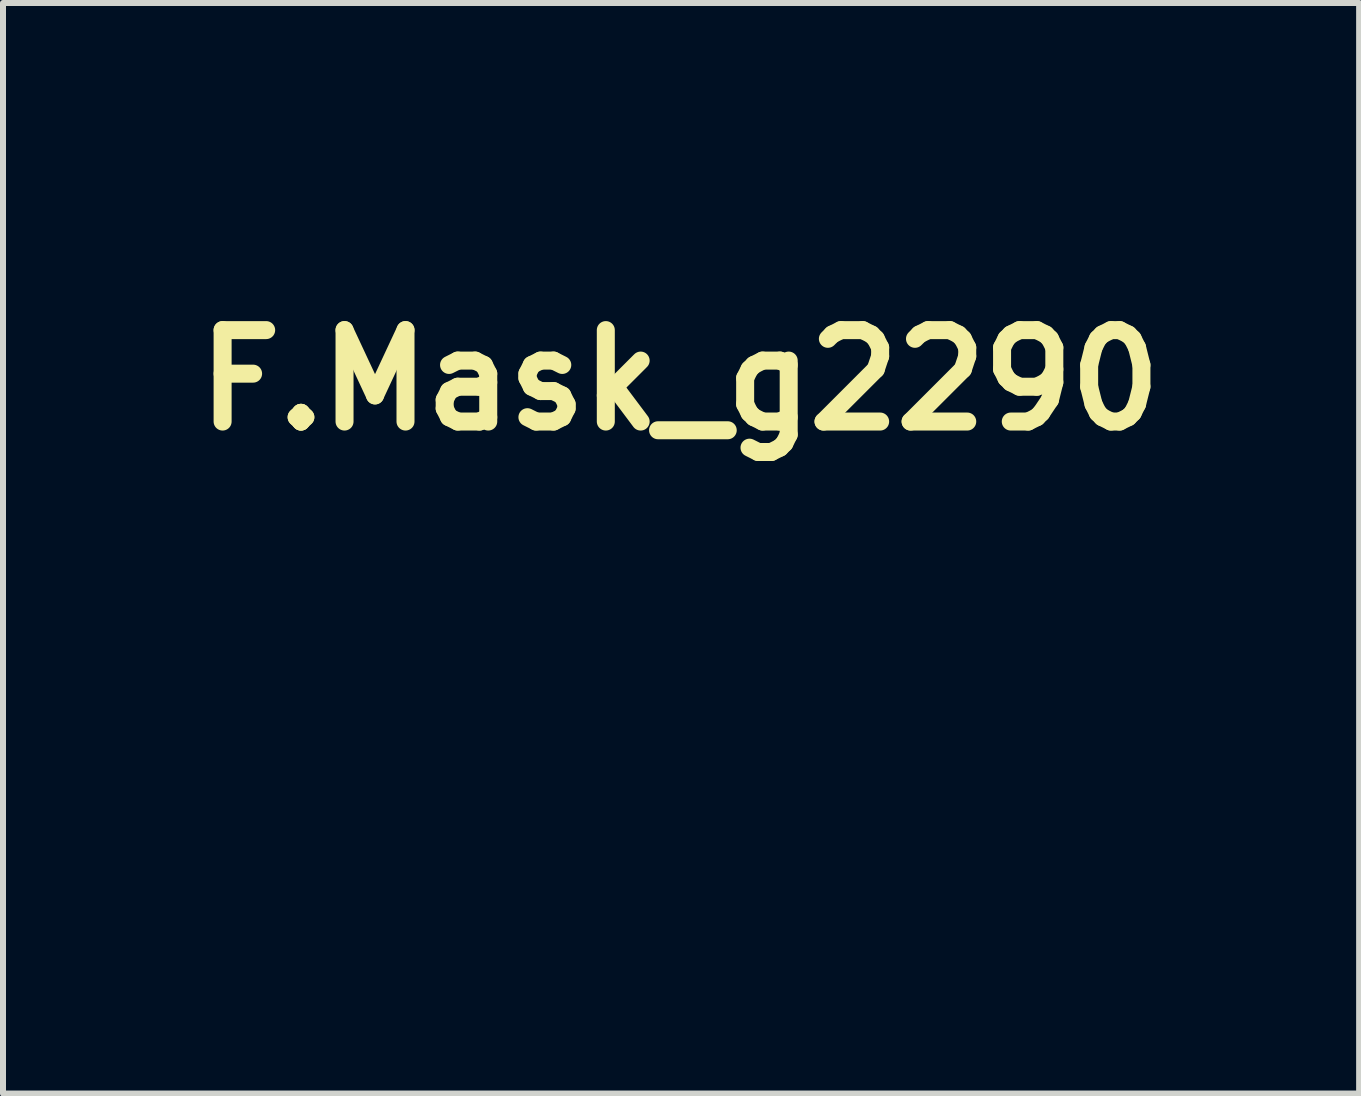
<source format=kicad_pcb>
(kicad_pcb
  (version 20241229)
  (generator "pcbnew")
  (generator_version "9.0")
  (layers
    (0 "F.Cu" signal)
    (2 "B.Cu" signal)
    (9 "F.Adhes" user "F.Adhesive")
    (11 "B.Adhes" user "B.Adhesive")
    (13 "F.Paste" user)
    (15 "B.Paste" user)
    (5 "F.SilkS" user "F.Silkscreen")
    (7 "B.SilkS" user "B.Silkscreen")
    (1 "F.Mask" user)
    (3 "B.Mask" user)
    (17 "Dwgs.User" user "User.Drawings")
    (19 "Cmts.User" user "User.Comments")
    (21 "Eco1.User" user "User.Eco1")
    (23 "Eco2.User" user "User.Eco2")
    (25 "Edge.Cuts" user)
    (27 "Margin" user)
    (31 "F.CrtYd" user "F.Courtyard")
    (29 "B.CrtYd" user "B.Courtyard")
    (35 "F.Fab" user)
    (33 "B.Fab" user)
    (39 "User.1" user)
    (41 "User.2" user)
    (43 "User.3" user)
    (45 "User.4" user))
  (footprint "F.Mask_g2290"
    (layer "F.Cu")
    (at 8.28 3.286)
    (property "Reference" "F.Mask_g2290" (at 0 0 0) (layer "F.SilkS") (effects (font (size 1.524 1.524) (thickness 0.3))))
    (attr through_hole)
    (fp_poly (pts (xy 8.095 3.358) (xy 8.137 3.358) (xy 8.176 3.359) (xy 8.211 3.359) (xy 8.24 3.36) (xy 8.262 3.361) (xy 8.269 3.361) (xy 8.316 3.364) (xy 8.316 3.386) (xy 8.314 3.399) (xy 8.309 3.417) (xy 8.301 3.441) (xy 8.288 3.474) (xy 8.279 3.495) (xy 8.243 3.581) (xy 8.07 3.581) (xy 8.028 3.58) (xy 7.99 3.58) (xy 7.956 3.58) (xy 7.927 3.579) (xy 7.905 3.579) (xy 7.89 3.578) (xy 7.886 3.578) (xy 7.873 3.573) (xy 7.866 3.564) (xy 7.865 3.549) (xy 7.868 3.531) (xy 7.871 3.516) (xy 7.874 3.492) (xy 7.876 3.465) (xy 7.877 3.436) (xy 7.878 3.43) (xy 7.88 3.358) (xy 8.052 3.358) (xy 8.095 3.358)) (stroke (width 0.01) (type solid)) (fill yes) (layer "F.Mask"))
    (fp_poly (pts (xy 7.444 3.417) (xy 7.452 3.503) (xy 7.465 3.57) (xy 7.468 3.581) (xy -0.245 3.581) (xy -7.958 3.581) (xy -7.995 3.491) (xy -8.007 3.462) (xy -8.017 3.435) (xy -8.026 3.412) (xy -8.031 3.395) (xy -8.033 3.386) (xy -8.033 3.386) (xy -8.034 3.371) (xy -7.612 3.368) (xy -7.591 3.367) (xy -7.561 3.367) (xy -7.52 3.367) (xy -7.47 3.367) (xy -7.41 3.367) (xy -7.341 3.367) (xy -7.263 3.367) (xy -7.177 3.366) (xy -7.081 3.366) (xy -6.978 3.366) (xy -6.866 3.366) (xy -6.746 3.366) (xy -6.618 3.366) (xy -6.483 3.365) (xy -6.34 3.365) (xy -6.19 3.365) (xy -6.033 3.365) (xy -5.868 3.365) (xy -5.698 3.365) (xy -5.52 3.364) (xy -5.337 3.364) (xy -5.147 3.364) (xy -4.952 3.364) (xy -4.75 3.364) (xy -4.544 3.364) (xy -4.332 3.363) (xy -4.114 3.363) (xy -3.892 3.363) (xy -3.665 3.363) (xy -3.434 3.363) (xy -3.198 3.362) (xy -2.958 3.362) (xy -2.714 3.362) (xy -2.466 3.362) (xy -2.215 3.362) (xy -1.96 3.362) (xy -1.702 3.361) (xy -1.441 3.361) (xy -1.177 3.361) (xy -0.91 3.361) (xy -0.642 3.361) (xy -0.371 3.361) (xy -0.097 3.36) (xy 0.125 3.36) (xy 7.441 3.356) (xy 7.444 3.417)) (stroke (width 0.01) (type solid)) (fill yes) (layer "F.Mask"))
    (fp_poly (pts (xy 7.48 4.294) (xy 7.485 4.319) (xy 7.488 4.354) (xy 7.492 4.395) (xy 7.494 4.442) (xy 7.496 4.492) (xy 7.498 4.546) (xy 7.498 4.6) (xy 7.498 4.653) (xy 7.496 4.705) (xy 7.495 4.744) (xy 7.491 4.806) (xy -7.3 4.806) (xy -7.318 4.776) (xy -7.352 4.724) (xy -7.385 4.671) (xy -7.418 4.619) (xy -7.449 4.568) (xy -7.478 4.52) (xy -7.505 4.474) (xy -7.529 4.433) (xy -7.55 4.396) (xy -7.568 4.364) (xy -7.581 4.338) (xy -7.59 4.32) (xy -7.594 4.308) (xy -7.595 4.307) (xy -7.593 4.304) (xy -7.587 4.301) (xy -7.576 4.299) (xy -7.557 4.298) (xy -7.531 4.296) (xy -7.525 4.296) (xy -7.514 4.296) (xy -7.494 4.295) (xy -7.464 4.295) (xy -7.424 4.295) (xy -7.376 4.295) (xy -7.318 4.294) (xy -7.251 4.294) (xy -7.175 4.294) (xy -7.092 4.293) (xy -7 4.293) (xy -6.9 4.293) (xy -6.792 4.293) (xy -6.677 4.292) (xy -6.554 4.292) (xy -6.424 4.292) (xy -6.288 4.291) (xy -6.144 4.291) (xy -5.995 4.291) (xy -5.839 4.291) (xy -5.677 4.29) (xy -5.509 4.29) (xy -5.335 4.29) (xy -5.157 4.289) (xy -4.973 4.289) (xy -4.784 4.289) (xy -4.59 4.289) (xy -4.392 4.288) (xy -4.19 4.288) (xy -3.984 4.288) (xy -3.774 4.288) (xy -3.56 4.287) (xy -3.343 4.287) (xy -3.122 4.287) (xy -2.899 4.287) (xy -2.673 4.286) (xy -2.444 4.286) (xy -2.214 4.286) (xy -1.981 4.286) (xy -1.746 4.285) (xy -1.509 4.285) (xy -1.271 4.285) (xy -1.032 4.285) (xy -0.792 4.285) (xy -0.551 4.284) (xy -0.309 4.284) (xy -0.067 4.284) (xy 0.175 4.284) (xy 0.416 4.284) (xy 0.658 4.284) (xy 0.899 4.284) (xy 1.139 4.283) (xy 1.379 4.283) (xy 1.617 4.283) (xy 1.854 4.283) (xy 2.089 4.283) (xy 2.322 4.283) (xy 2.554 4.283) (xy 2.783 4.283) (xy 3.009 4.283) (xy 3.233 4.283) (xy 3.45 4.283) (xy 7.478 4.282) (xy 7.48 4.294)) (stroke (width 0.01) (type solid)) (fill yes) (layer "F.Mask"))
    (fp_poly (pts (xy 0.594 6.507) (xy 0.9 6.507) (xy 1.195 6.507) (xy 1.48 6.507) (xy 1.756 6.507) (xy 2.022 6.507) (xy 2.278 6.507) (xy 2.525 6.507) (xy 2.762 6.507) (xy 2.99 6.507) (xy 3.209 6.507) (xy 3.42 6.508) (xy 3.621 6.508) (xy 3.813 6.508) (xy 3.997 6.508) (xy 4.172 6.508) (xy 4.339 6.508) (xy 4.497 6.509) (xy 4.647 6.509) (xy 4.789 6.509) (xy 4.923 6.509) (xy 5.05 6.509) (xy 5.168 6.51) (xy 5.279 6.51) (xy 5.382 6.51) (xy 5.478 6.511) (xy 5.567 6.511) (xy 5.648 6.511) (xy 5.723 6.512) (xy 5.79 6.512) (xy 5.851 6.512) (xy 5.904 6.513) (xy 5.952 6.513) (xy 5.993 6.514) (xy 6.027 6.514) (xy 6.055 6.514) (xy 6.077 6.515) (xy 6.093 6.515) (xy 6.1 6.516) (xy 6.153 6.519) (xy 6.126 6.547) (xy 6.098 6.573) (xy 6.064 6.606) (xy 6.022 6.643) (xy 5.974 6.685) (xy 5.921 6.73) (xy 5.863 6.778) (xy 5.802 6.829) (xy 5.737 6.882) (xy 5.669 6.937) (xy 5.6 6.992) (xy 5.53 7.047) (xy 5.459 7.102) (xy 5.388 7.156) (xy 5.366 7.173) (xy 5.199 7.3) (xy 0.142 7.3) (xy -4.916 7.3) (xy -4.974 7.256) (xy -5.096 7.162) (xy -5.214 7.071) (xy -5.325 6.982) (xy -5.431 6.898) (xy -5.53 6.817) (xy -5.622 6.74) (xy -5.706 6.669) (xy -5.761 6.621) (xy -5.793 6.592) (xy -5.819 6.568) (xy -5.837 6.55) (xy -5.85 6.537) (xy -5.857 6.528) (xy -5.86 6.522) (xy -5.858 6.518) (xy -5.858 6.518) (xy -5.852 6.518) (xy -5.836 6.517) (xy -5.81 6.516) (xy -5.774 6.516) (xy -5.727 6.515) (xy -5.672 6.515) (xy -5.606 6.514) (xy -5.53 6.514) (xy -5.445 6.513) (xy -5.35 6.513) (xy -5.246 6.512) (xy -5.132 6.512) (xy -5.009 6.512) (xy -4.876 6.511) (xy -4.734 6.511) (xy -4.583 6.51) (xy -4.423 6.51) (xy -4.253 6.51) (xy -4.074 6.509) (xy -3.887 6.509) (xy -3.69 6.509) (xy -3.485 6.509) (xy -3.27 6.508) (xy -3.047 6.508) (xy -2.816 6.508) (xy -2.575 6.508) (xy -2.326 6.508) (xy -2.068 6.507) (xy -1.802 6.507) (xy -1.528 6.507) (xy -1.245 6.507) (xy -0.954 6.507) (xy -0.655 6.507) (xy -0.347 6.507) (xy -0.032 6.507) (xy 0.292 6.507) (xy 0.594 6.507)) (stroke (width 0.01) (type solid)) (fill yes) (layer "F.Mask"))
    (fp_poly (pts (xy 0.56 8.669) (xy 0.676 8.669) (xy 0.79 8.669) (xy 0.902 8.669) (xy 1.012 8.669) (xy 1.118 8.669) (xy 1.22 8.669) (xy 1.318 8.669) (xy 1.412 8.669) (xy 1.501 8.67) (xy 1.584 8.67) (xy 1.661 8.67) (xy 1.733 8.67) (xy 1.797 8.671) (xy 1.855 8.671) (xy 1.904 8.671) (xy 1.946 8.672) (xy 1.98 8.672) (xy 2.004 8.672) (xy 2.02 8.673) (xy 2.025 8.673) (xy 2.025 8.673) (xy 2.025 8.678) (xy 2.015 8.684) (xy 1.996 8.691) (xy 1.969 8.698) (xy 1.934 8.706) (xy 1.892 8.715) (xy 1.844 8.724) (xy 1.789 8.733) (xy 1.729 8.743) (xy 1.664 8.753) (xy 1.595 8.763) (xy 1.522 8.772) (xy 1.446 8.782) (xy 1.368 8.792) (xy 1.288 8.802) (xy 1.206 8.811) (xy 1.124 8.82) (xy 1.041 8.829) (xy 0.959 8.837) (xy 0.878 8.845) (xy 0.798 8.852) (xy 0.721 8.858) (xy 0.647 8.863) (xy 0.576 8.868) (xy 0.541 8.87) (xy 0.455 8.874) (xy 0.378 8.877) (xy 0.308 8.88) (xy 0.243 8.882) (xy 0.183 8.884) (xy 0.126 8.884) (xy 0.07 8.884) (xy 0.014 8.883) (xy -0.044 8.881) (xy -0.105 8.879) (xy -0.17 8.876) (xy -0.193 8.874) (xy -0.309 8.868) (xy -0.416 8.862) (xy -0.514 8.855) (xy -0.605 8.848) (xy -0.69 8.841) (xy -0.77 8.834) (xy -0.846 8.826) (xy -0.918 8.817) (xy -0.97 8.811) (xy -1.017 8.804) (xy -1.07 8.797) (xy -1.127 8.788) (xy -1.188 8.779) (xy -1.252 8.769) (xy -1.316 8.758) (xy -1.379 8.748) (xy -1.442 8.738) (xy -1.501 8.727) (xy -1.557 8.718) (xy -1.607 8.709) (xy -1.65 8.7) (xy -1.686 8.693) (xy -1.709 8.689) (xy -1.727 8.684) (xy -1.737 8.68) (xy -1.739 8.676) (xy -1.738 8.675) (xy -1.732 8.674) (xy -1.717 8.674) (xy -1.693 8.674) (xy -1.659 8.673) (xy -1.617 8.673) (xy -1.568 8.672) (xy -1.51 8.672) (xy -1.446 8.672) (xy -1.375 8.671) (xy -1.297 8.671) (xy -1.214 8.671) (xy -1.125 8.671) (xy -1.032 8.67) (xy -0.933 8.67) (xy -0.831 8.67) (xy -0.725 8.67) (xy -0.616 8.67) (xy -0.504 8.669) (xy -0.39 8.669) (xy -0.273 8.669) (xy -0.155 8.669) (xy -0.036 8.669) (xy 0.083 8.669) (xy 0.203 8.669) (xy 0.323 8.669) (xy 0.442 8.669) (xy 0.56 8.669)) (stroke (width 0.01) (type solid)) (fill yes) (layer "F.Mask"))
    (fp_poly (pts (xy -1.167 -3.281) (xy -1.118 -3.28) (xy -1.074 -3.278) (xy -1.036 -3.275) (xy -1.026 -3.274) (xy -0.883 -3.255) (xy -0.744 -3.227) (xy -0.607 -3.188) (xy -0.474 -3.141) (xy -0.346 -3.084) (xy -0.221 -3.018) (xy -0.1 -2.942) (xy 0.016 -2.858) (xy 0.064 -2.819) (xy 0.102 -2.786) (xy 0.143 -2.748) (xy 0.186 -2.706) (xy 0.229 -2.663) (xy 0.27 -2.619) (xy 0.307 -2.577) (xy 0.339 -2.54) (xy 0.341 -2.537) (xy 0.428 -2.421) (xy 0.505 -2.301) (xy 0.573 -2.176) (xy 0.631 -2.047) (xy 0.681 -1.914) (xy 0.721 -1.777) (xy 0.752 -1.636) (xy 0.768 -1.537) (xy 0.772 -1.495) (xy 0.776 -1.445) (xy 0.779 -1.39) (xy 0.781 -1.333) (xy 0.782 -1.275) (xy 0.781 -1.219) (xy 0.78 -1.169) (xy 0.778 -1.126) (xy 0.761 -0.982) (xy 0.735 -0.841) (xy 0.699 -0.704) (xy 0.654 -0.57) (xy 0.599 -0.439) (xy 0.534 -0.312) (xy 0.478 -0.215) (xy 0.404 -0.107) (xy 0.322 -0.001) (xy 0.233 0.099) (xy 0.137 0.194) (xy 0.037 0.281) (xy -0.009 0.317) (xy -0.126 0.399) (xy -0.247 0.472) (xy -0.373 0.536) (xy -0.503 0.591) (xy -0.638 0.637) (xy -0.777 0.673) (xy -0.92 0.7) (xy -0.963 0.707) (xy -0.991 0.71) (xy -1.019 0.713) (xy -1.05 0.715) (xy -1.086 0.717) (xy -1.127 0.718) (xy -1.177 0.718) (xy -1.191 0.719) (xy -1.231 0.719) (xy -1.268 0.719) (xy -1.302 0.719) (xy -1.33 0.719) (xy -1.351 0.719) (xy -1.365 0.718) (xy -1.367 0.718) (xy -1.502 0.703) (xy -1.63 0.68) (xy -1.754 0.65) (xy -1.875 0.613) (xy -1.994 0.567) (xy -2.101 0.518) (xy -2.224 0.452) (xy -2.343 0.378) (xy -2.455 0.297) (xy -2.561 0.207) (xy -2.66 0.111) (xy -2.752 0.009) (xy -2.837 -0.1) (xy -2.914 -0.215) (xy -2.984 -0.334) (xy -3.045 -0.459) (xy -3.098 -0.588) (xy -3.142 -0.721) (xy -3.176 -0.857) (xy -3.19 -0.926) (xy -3.207 -1.045) (xy -3.217 -1.169) (xy -3.22 -1.295) (xy -3.216 -1.42) (xy -3.204 -1.543) (xy -3.185 -1.661) (xy -3.185 -1.664) (xy -3.152 -1.803) (xy -3.11 -1.938) (xy -3.06 -2.069) (xy -3 -2.196) (xy -2.932 -2.317) (xy -2.857 -2.433) (xy -2.773 -2.544) (xy -2.682 -2.649) (xy -2.584 -2.747) (xy -2.479 -2.838) (xy -2.367 -2.922) (xy -2.249 -2.998) (xy -2.125 -3.067) (xy -2.082 -3.088) (xy -1.952 -3.145) (xy -1.82 -3.192) (xy -1.684 -3.229) (xy -1.544 -3.257) (xy -1.401 -3.276) (xy -1.389 -3.277) (xy -1.356 -3.279) (xy -1.314 -3.28) (xy -1.267 -3.281) (xy -1.217 -3.281) (xy -1.167 -3.281)) (stroke (width 0.01) (type solid)) (fill yes) (layer "F.Mask"))
    (fp_poly (pts (xy -0.365 7.585) (xy -0.124 7.585) (xy 0.123 7.585) (xy 0.373 7.585) (xy 0.612 7.586) (xy 0.862 7.586) (xy 1.101 7.586) (xy 1.331 7.586) (xy 1.551 7.586) (xy 1.762 7.586) (xy 1.964 7.586) (xy 2.156 7.586) (xy 2.34 7.587) (xy 2.515 7.587) (xy 2.682 7.587) (xy 2.841 7.587) (xy 2.991 7.587) (xy 3.134 7.587) (xy 3.269 7.587) (xy 3.397 7.587) (xy 3.517 7.588) (xy 3.63 7.588) (xy 3.737 7.588) (xy 3.836 7.588) (xy 3.93 7.588) (xy 4.017 7.588) (xy 4.098 7.588) (xy 4.173 7.589) (xy 4.242 7.589) (xy 4.306 7.589) (xy 4.364 7.589) (xy 4.417 7.589) (xy 4.466 7.59) (xy 4.51 7.59) (xy 4.549 7.59) (xy 4.583 7.59) (xy 4.614 7.591) (xy 4.641 7.591) (xy 4.664 7.591) (xy 4.683 7.591) (xy 4.699 7.592) (xy 4.711 7.592) (xy 4.721 7.592) (xy 4.728 7.593) (xy 4.732 7.593) (xy 4.734 7.593) (xy 4.734 7.593) (xy 4.73 7.597) (xy 4.718 7.605) (xy 4.699 7.617) (xy 4.675 7.632) (xy 4.645 7.649) (xy 4.612 7.669) (xy 4.577 7.69) (xy 4.539 7.712) (xy 4.501 7.734) (xy 4.464 7.756) (xy 4.427 7.776) (xy 4.399 7.792) (xy 4.361 7.813) (xy 4.314 7.837) (xy 4.262 7.865) (xy 4.205 7.894) (xy 4.145 7.924) (xy 4.084 7.954) (xy 4.024 7.984) (xy 3.965 8.013) (xy 3.909 8.039) (xy 3.859 8.063) (xy 3.825 8.078) (xy 3.726 8.123) (xy 3.629 8.165) (xy 3.533 8.205) (xy 3.437 8.244) (xy 3.339 8.282) (xy 3.238 8.32) (xy 3.133 8.359) (xy 3.021 8.398) (xy 2.902 8.439) (xy 2.817 8.468) (xy 2.574 8.55) (xy 0.857 8.548) (xy 0.716 8.548) (xy 0.574 8.548) (xy 0.431 8.548) (xy 0.287 8.548) (xy 0.144 8.548) (xy 0.001 8.548) (xy -0.14 8.547) (xy -0.28 8.547) (xy -0.416 8.547) (xy -0.55 8.547) (xy -0.679 8.547) (xy -0.805 8.546) (xy -0.925 8.546) (xy -1.039 8.546) (xy -1.147 8.546) (xy -1.249 8.546) (xy -1.342 8.545) (xy -1.428 8.545) (xy -1.505 8.545) (xy -1.572 8.545) (xy -1.593 8.545) (xy -2.324 8.542) (xy -2.527 8.473) (xy -2.602 8.447) (xy -2.669 8.424) (xy -2.729 8.403) (xy -2.783 8.384) (xy -2.832 8.366) (xy -2.879 8.349) (xy -2.925 8.332) (xy -2.97 8.315) (xy -3.017 8.297) (xy -3.066 8.277) (xy -3.119 8.256) (xy -3.122 8.255) (xy -3.256 8.2) (xy -3.39 8.143) (xy -3.524 8.084) (xy -3.656 8.023) (xy -3.784 7.962) (xy -3.907 7.902) (xy -4.024 7.842) (xy -4.133 7.783) (xy -4.209 7.74) (xy -4.237 7.724) (xy -4.268 7.706) (xy -4.299 7.687) (xy -4.331 7.668) (xy -4.361 7.65) (xy -4.389 7.633) (xy -4.412 7.618) (xy -4.431 7.607) (xy -4.443 7.599) (xy -4.447 7.595) (xy -4.443 7.594) (xy -4.428 7.594) (xy -4.403 7.593) (xy -4.369 7.593) (xy -4.325 7.592) (xy -4.272 7.592) (xy -4.21 7.591) (xy -4.139 7.591) (xy -4.058 7.59) (xy -3.969 7.59) (xy -3.872 7.589) (xy -3.766 7.589) (xy -3.652 7.589) (xy -3.529 7.588) (xy -3.399 7.588) (xy -3.261 7.588) (xy -3.115 7.587) (xy -2.962 7.587) (xy -2.802 7.587) (xy -2.634 7.586) (xy -2.46 7.586) (xy -2.278 7.586) (xy -2.09 7.586) (xy -1.896 7.586) (xy -1.695 7.586) (xy -1.488 7.585) (xy -1.274 7.585) (xy -1.055 7.585) (xy -0.831 7.585) (xy -0.6 7.585) (xy -0.365 7.585)) (stroke (width 0.01) (type solid)) (fill yes) (layer "F.Mask"))
    (fp_poly (pts (xy -0.944 5.391) (xy -0.686 5.391) (xy -0.424 5.392) (xy -0.161 5.392) (xy 0.105 5.392) (xy 0.374 5.392) (xy 0.644 5.392) (xy 0.917 5.392) (xy 1.191 5.392) (xy 1.466 5.392) (xy 1.549 5.392) (xy 1.844 5.393) (xy 2.128 5.393) (xy 2.402 5.393) (xy 2.667 5.393) (xy 2.922 5.393) (xy 3.168 5.394) (xy 3.405 5.394) (xy 3.633 5.394) (xy 3.851 5.394) (xy 4.061 5.394) (xy 4.263 5.395) (xy 4.456 5.395) (xy 4.641 5.395) (xy 4.818 5.395) (xy 4.986 5.396) (xy 5.147 5.396) (xy 5.301 5.396) (xy 5.447 5.396) (xy 5.585 5.397) (xy 5.717 5.397) (xy 5.841 5.397) (xy 5.959 5.397) (xy 6.07 5.398) (xy 6.175 5.398) (xy 6.273 5.398) (xy 6.365 5.398) (xy 6.451 5.399) (xy 6.532 5.399) (xy 6.606 5.399) (xy 6.675 5.4) (xy 6.739 5.4) (xy 6.797 5.4) (xy 6.85 5.401) (xy 6.899 5.401) (xy 6.943 5.401) (xy 6.982 5.402) (xy 7.016 5.402) (xy 7.047 5.403) (xy 7.073 5.403) (xy 7.095 5.403) (xy 7.114 5.404) (xy 7.129 5.404) (xy 7.14 5.405) (xy 7.149 5.405) (xy 7.154 5.406) (xy 7.156 5.406) (xy 7.156 5.406) (xy 7.155 5.413) (xy 7.148 5.426) (xy 7.135 5.446) (xy 7.117 5.471) (xy 7.093 5.502) (xy 7.066 5.537) (xy 7.034 5.576) (xy 6.999 5.619) (xy 6.96 5.665) (xy 6.92 5.713) (xy 6.877 5.763) (xy 6.832 5.815) (xy 6.786 5.866) (xy 6.74 5.918) (xy 6.729 5.93) (xy 6.633 6.036) (xy 6.279 6.032) (xy 6.211 6.031) (xy 6.137 6.03) (xy 6.061 6.03) (xy 5.984 6.029) (xy 5.908 6.029) (xy 5.835 6.029) (xy 5.766 6.028) (xy 5.705 6.028) (xy 5.659 6.029) (xy 5.63 6.029) (xy 5.59 6.029) (xy 5.541 6.029) (xy 5.483 6.029) (xy 5.415 6.029) (xy 5.339 6.029) (xy 5.255 6.029) (xy 5.162 6.029) (xy 5.061 6.03) (xy 4.953 6.03) (xy 4.837 6.03) (xy 4.715 6.03) (xy 4.585 6.03) (xy 4.45 6.03) (xy 4.308 6.03) (xy 4.16 6.03) (xy 4.006 6.03) (xy 3.847 6.03) (xy 3.683 6.03) (xy 3.514 6.031) (xy 3.341 6.031) (xy 3.164 6.031) (xy 2.982 6.031) (xy 2.797 6.031) (xy 2.609 6.031) (xy 2.417 6.031) (xy 2.223 6.031) (xy 2.026 6.031) (xy 1.827 6.031) (xy 1.626 6.031) (xy 1.424 6.031) (xy 1.22 6.031) (xy 1.015 6.031) (xy 0.809 6.031) (xy 0.602 6.032) (xy 0.396 6.032) (xy 0.189 6.032) (xy -0.017 6.032) (xy -0.223 6.032) (xy -0.427 6.032) (xy -0.631 6.032) (xy -0.833 6.032) (xy -1.034 6.032) (xy -1.232 6.032) (xy -1.428 6.032) (xy -1.621 6.032) (xy -1.812 6.032) (xy -2 6.032) (xy -2.184 6.032) (xy -2.364 6.032) (xy -2.54 6.032) (xy -2.712 6.032) (xy -2.879 6.032) (xy -3.042 6.032) (xy -3.199 6.032) (xy -3.351 6.032) (xy -3.497 6.031) (xy -3.638 6.031) (xy -3.772 6.031) (xy -3.899 6.031) (xy -3.938 6.031) (xy -6.365 6.03) (xy -6.505 5.867) (xy -6.565 5.797) (xy -6.618 5.734) (xy -6.666 5.677) (xy -6.708 5.626) (xy -6.745 5.581) (xy -6.777 5.541) (xy -6.805 5.505) (xy -6.819 5.487) (xy -6.84 5.458) (xy -6.856 5.437) (xy -6.866 5.421) (xy -6.871 5.41) (xy -6.873 5.404) (xy -6.871 5.402) (xy -6.866 5.401) (xy -6.85 5.401) (xy -6.825 5.4) (xy -6.79 5.4) (xy -6.746 5.399) (xy -6.692 5.399) (xy -6.63 5.398) (xy -6.558 5.398) (xy -6.478 5.398) (xy -6.389 5.397) (xy -6.292 5.397) (xy -6.187 5.396) (xy -6.074 5.396) (xy -5.953 5.396) (xy -5.824 5.395) (xy -5.689 5.395) (xy -5.545 5.395) (xy -5.395 5.394) (xy -5.238 5.394) (xy -5.075 5.394) (xy -4.905 5.394) (xy -4.728 5.393) (xy -4.546 5.393) (xy -4.357 5.393) (xy -4.163 5.393) (xy -3.963 5.392) (xy -3.758 5.392) (xy -3.548 5.392) (xy -3.332 5.392) (xy -3.112 5.392) (xy -2.887 5.392) (xy -2.658 5.392) (xy -2.425 5.392) (xy -2.187 5.392) (xy -1.945 5.391) (xy -1.7 5.391) (xy -1.451 5.391) (xy -1.199 5.391) (xy -0.944 5.391)) (stroke (width 0.01) (type solid)) (fill yes) (layer "F.Mask")))
  (gr_rect
    (start -3 -3)
    (end 19.601 15.175)
    (stroke (width 0.1) (type default))
    (fill no)
    (layer "Edge.Cuts")))
</source>
